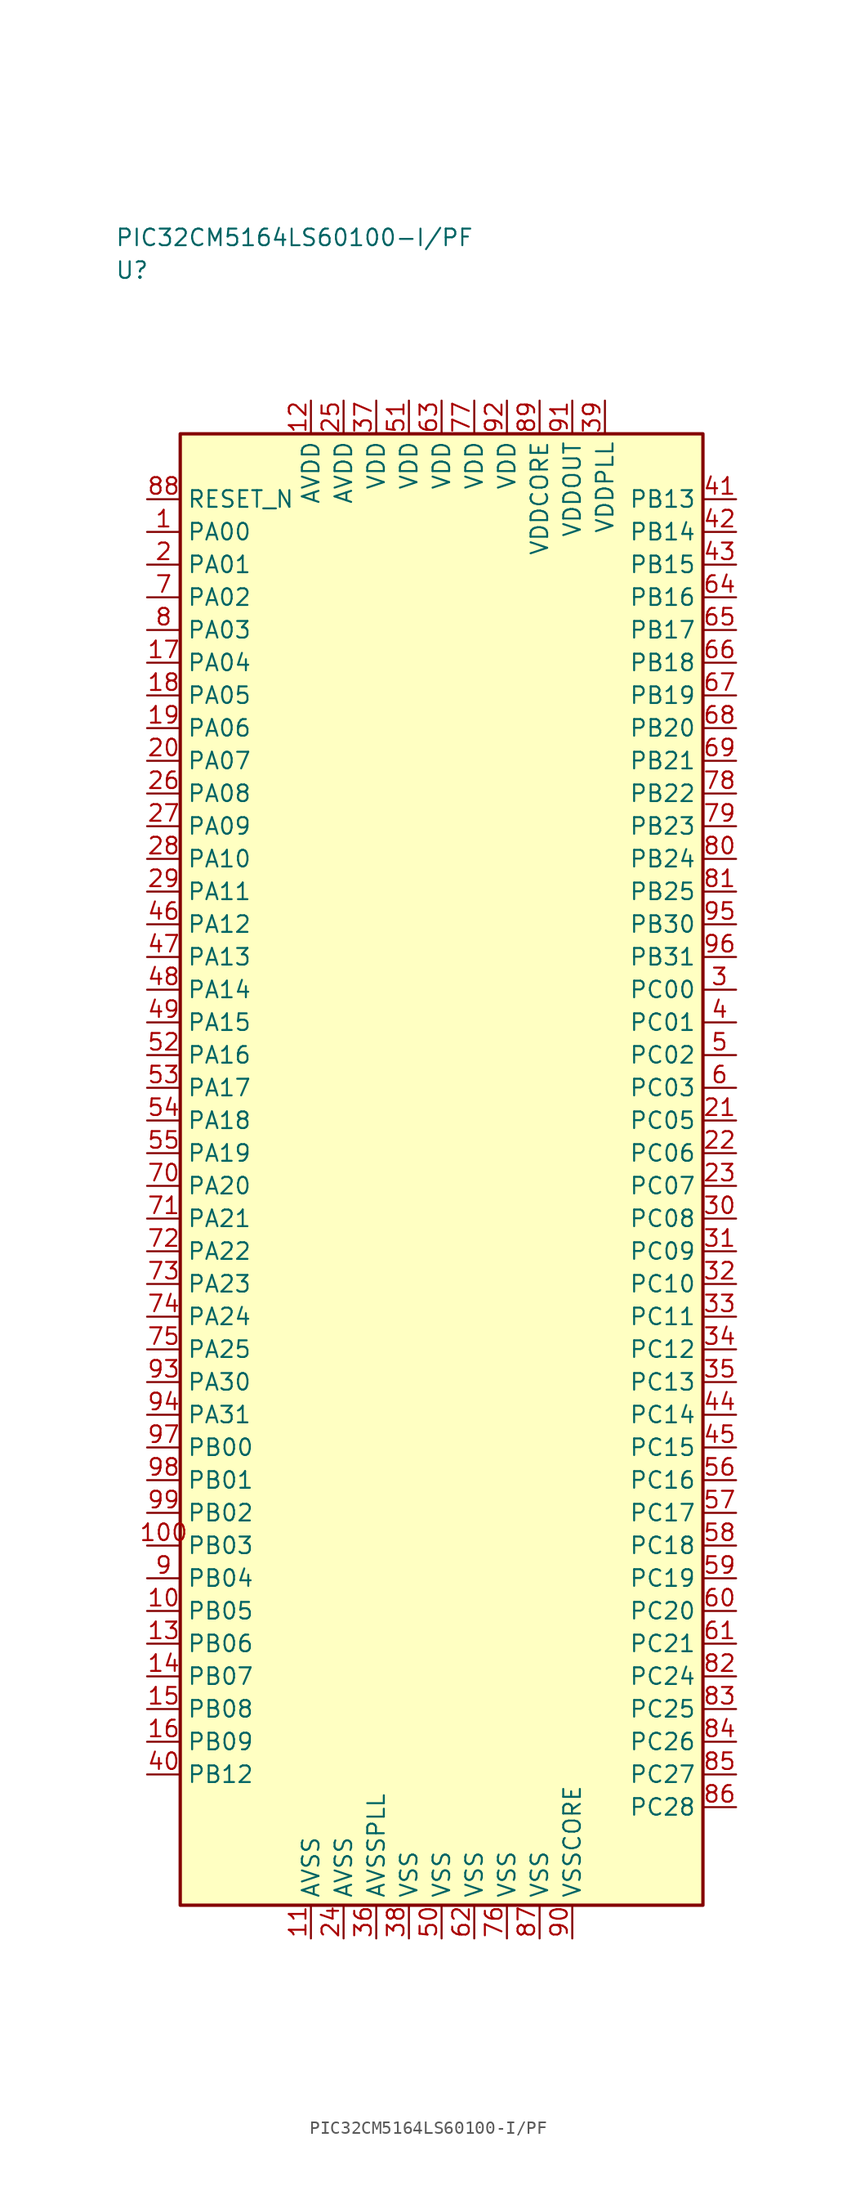
<source format=kicad_sym>
(kicad_symbol_lib
  (version 20241025)
  (generator "kicad_symbol_editor")
  (generator_version "8.0")
  (symbol "PIC32CM5164LS60100-I/PF"
    (property "Reference" "U"
      (at -25.0 68.75 0)
      (effects (font (size 1.27 1.27)) (justify left)))
    (property "Value" "PIC32CM5164LS60100-I/PF"
      (at -25.0 71.25 0)
      (effects (font (size 1.27 1.27)) (justify left)))
    (symbol "PIC32CM5164LS60100-I/PF_0_1"
      (rectangle (start -20.0 56.25) (end 20.0 -56.25) (stroke (width 0.254) (type default)) (fill (type background))))
    (symbol "PIC32CM5164LS60100-I/PF_1_1"
      (pin bidirectional line (at -22.54 48.75 0.0) (length 2.54) (name "PA00" (effects (font (size 1.27 1.27)))) (number "1" (effects (font (size 1.27 1.27)))))
      (pin bidirectional line (at -22.54 46.25 0.0) (length 2.54) (name "PA01" (effects (font (size 1.27 1.27)))) (number "2" (effects (font (size 1.27 1.27)))))
      (pin bidirectional line (at 22.54 13.75 180.0) (length 2.54) (name "PC00" (effects (font (size 1.27 1.27)))) (number "3" (effects (font (size 1.27 1.27)))))
      (pin bidirectional line (at 22.54 11.25 180.0) (length 2.54) (name "PC01" (effects (font (size 1.27 1.27)))) (number "4" (effects (font (size 1.27 1.27)))))
      (pin bidirectional line (at 22.54 8.75 180.0) (length 2.54) (name "PC02" (effects (font (size 1.27 1.27)))) (number "5" (effects (font (size 1.27 1.27)))))
      (pin bidirectional line (at 22.54 6.25 180.0) (length 2.54) (name "PC03" (effects (font (size 1.27 1.27)))) (number "6" (effects (font (size 1.27 1.27)))))
      (pin bidirectional line (at -22.54 43.75 0.0) (length 2.54) (name "PA02" (effects (font (size 1.27 1.27)))) (number "7" (effects (font (size 1.27 1.27)))))
      (pin bidirectional line (at -22.54 41.25 0.0) (length 2.54) (name "PA03" (effects (font (size 1.27 1.27)))) (number "8" (effects (font (size 1.27 1.27)))))
      (pin bidirectional line (at -22.54 -31.25 0.0) (length 2.54) (name "PB04" (effects (font (size 1.27 1.27)))) (number "9" (effects (font (size 1.27 1.27)))))
      (pin bidirectional line (at -22.54 -33.75 0.0) (length 2.54) (name "PB05" (effects (font (size 1.27 1.27)))) (number "10" (effects (font (size 1.27 1.27)))))
      (pin passive line (at -10.0 -58.79 90.0) (length 2.54) (name "AVSS" (effects (font (size 1.27 1.27)))) (number "11" (effects (font (size 1.27 1.27)))))
      (pin power_in line (at -10.0 58.79 270.0) (length 2.54) (name "AVDD" (effects (font (size 1.27 1.27)))) (number "12" (effects (font (size 1.27 1.27)))))
      (pin bidirectional line (at -22.54 -36.25 0.0) (length 2.54) (name "PB06" (effects (font (size 1.27 1.27)))) (number "13" (effects (font (size 1.27 1.27)))))
      (pin bidirectional line (at -22.54 -38.75 0.0) (length 2.54) (name "PB07" (effects (font (size 1.27 1.27)))) (number "14" (effects (font (size 1.27 1.27)))))
      (pin bidirectional line (at -22.54 -41.25 0.0) (length 2.54) (name "PB08" (effects (font (size 1.27 1.27)))) (number "15" (effects (font (size 1.27 1.27)))))
      (pin bidirectional line (at -22.54 -43.75 0.0) (length 2.54) (name "PB09" (effects (font (size 1.27 1.27)))) (number "16" (effects (font (size 1.27 1.27)))))
      (pin bidirectional line (at -22.54 38.75 0.0) (length 2.54) (name "PA04" (effects (font (size 1.27 1.27)))) (number "17" (effects (font (size 1.27 1.27)))))
      (pin bidirectional line (at -22.54 36.25 0.0) (length 2.54) (name "PA05" (effects (font (size 1.27 1.27)))) (number "18" (effects (font (size 1.27 1.27)))))
      (pin bidirectional line (at -22.54 33.75 0.0) (length 2.54) (name "PA06" (effects (font (size 1.27 1.27)))) (number "19" (effects (font (size 1.27 1.27)))))
      (pin bidirectional line (at -22.54 31.25 0.0) (length 2.54) (name "PA07" (effects (font (size 1.27 1.27)))) (number "20" (effects (font (size 1.27 1.27)))))
      (pin bidirectional line (at 22.54 3.75 180.0) (length 2.54) (name "PC05" (effects (font (size 1.27 1.27)))) (number "21" (effects (font (size 1.27 1.27)))))
      (pin bidirectional line (at 22.54 1.25 180.0) (length 2.54) (name "PC06" (effects (font (size 1.27 1.27)))) (number "22" (effects (font (size 1.27 1.27)))))
      (pin bidirectional line (at 22.54 -1.25 180.0) (length 2.54) (name "PC07" (effects (font (size 1.27 1.27)))) (number "23" (effects (font (size 1.27 1.27)))))
      (pin passive line (at -7.5 -58.79 90.0) (length 2.54) (name "AVSS" (effects (font (size 1.27 1.27)))) (number "24" (effects (font (size 1.27 1.27)))))
      (pin power_in line (at -7.5 58.79 270.0) (length 2.54) (name "AVDD" (effects (font (size 1.27 1.27)))) (number "25" (effects (font (size 1.27 1.27)))))
      (pin bidirectional line (at -22.54 28.75 0.0) (length 2.54) (name "PA08" (effects (font (size 1.27 1.27)))) (number "26" (effects (font (size 1.27 1.27)))))
      (pin bidirectional line (at -22.54 26.25 0.0) (length 2.54) (name "PA09" (effects (font (size 1.27 1.27)))) (number "27" (effects (font (size 1.27 1.27)))))
      (pin bidirectional line (at -22.54 23.75 0.0) (length 2.54) (name "PA10" (effects (font (size 1.27 1.27)))) (number "28" (effects (font (size 1.27 1.27)))))
      (pin bidirectional line (at -22.54 21.25 0.0) (length 2.54) (name "PA11" (effects (font (size 1.27 1.27)))) (number "29" (effects (font (size 1.27 1.27)))))
      (pin bidirectional line (at 22.54 -3.75 180.0) (length 2.54) (name "PC08" (effects (font (size 1.27 1.27)))) (number "30" (effects (font (size 1.27 1.27)))))
      (pin bidirectional line (at 22.54 -6.25 180.0) (length 2.54) (name "PC09" (effects (font (size 1.27 1.27)))) (number "31" (effects (font (size 1.27 1.27)))))
      (pin bidirectional line (at 22.54 -8.75 180.0) (length 2.54) (name "PC10" (effects (font (size 1.27 1.27)))) (number "32" (effects (font (size 1.27 1.27)))))
      (pin bidirectional line (at 22.54 -11.25 180.0) (length 2.54) (name "PC11" (effects (font (size 1.27 1.27)))) (number "33" (effects (font (size 1.27 1.27)))))
      (pin bidirectional line (at 22.54 -13.75 180.0) (length 2.54) (name "PC12" (effects (font (size 1.27 1.27)))) (number "34" (effects (font (size 1.27 1.27)))))
      (pin bidirectional line (at 22.54 -16.25 180.0) (length 2.54) (name "PC13" (effects (font (size 1.27 1.27)))) (number "35" (effects (font (size 1.27 1.27)))))
      (pin passive line (at -5.0 -58.79 90.0) (length 2.54) (name "AVSSPLL" (effects (font (size 1.27 1.27)))) (number "36" (effects (font (size 1.27 1.27)))))
      (pin power_in line (at -5.0 58.79 270.0) (length 2.54) (name "VDD" (effects (font (size 1.27 1.27)))) (number "37" (effects (font (size 1.27 1.27)))))
      (pin passive line (at -2.5 -58.79 90.0) (length 2.54) (name "VSS" (effects (font (size 1.27 1.27)))) (number "38" (effects (font (size 1.27 1.27)))))
      (pin power_in line (at 12.5 58.79 270.0) (length 2.54) (name "VDDPLL" (effects (font (size 1.27 1.27)))) (number "39" (effects (font (size 1.27 1.27)))))
      (pin bidirectional line (at -22.54 -46.25 0.0) (length 2.54) (name "PB12" (effects (font (size 1.27 1.27)))) (number "40" (effects (font (size 1.27 1.27)))))
      (pin bidirectional line (at 22.54 51.25 180.0) (length 2.54) (name "PB13" (effects (font (size 1.27 1.27)))) (number "41" (effects (font (size 1.27 1.27)))))
      (pin bidirectional line (at 22.54 48.75 180.0) (length 2.54) (name "PB14" (effects (font (size 1.27 1.27)))) (number "42" (effects (font (size 1.27 1.27)))))
      (pin bidirectional line (at 22.54 46.25 180.0) (length 2.54) (name "PB15" (effects (font (size 1.27 1.27)))) (number "43" (effects (font (size 1.27 1.27)))))
      (pin bidirectional line (at 22.54 -18.75 180.0) (length 2.54) (name "PC14" (effects (font (size 1.27 1.27)))) (number "44" (effects (font (size 1.27 1.27)))))
      (pin bidirectional line (at 22.54 -21.25 180.0) (length 2.54) (name "PC15" (effects (font (size 1.27 1.27)))) (number "45" (effects (font (size 1.27 1.27)))))
      (pin bidirectional line (at -22.54 18.75 0.0) (length 2.54) (name "PA12" (effects (font (size 1.27 1.27)))) (number "46" (effects (font (size 1.27 1.27)))))
      (pin bidirectional line (at -22.54 16.25 0.0) (length 2.54) (name "PA13" (effects (font (size 1.27 1.27)))) (number "47" (effects (font (size 1.27 1.27)))))
      (pin bidirectional line (at -22.54 13.75 0.0) (length 2.54) (name "PA14" (effects (font (size 1.27 1.27)))) (number "48" (effects (font (size 1.27 1.27)))))
      (pin bidirectional line (at -22.54 11.25 0.0) (length 2.54) (name "PA15" (effects (font (size 1.27 1.27)))) (number "49" (effects (font (size 1.27 1.27)))))
      (pin passive line (at 0.0 -58.79 90.0) (length 2.54) (name "VSS" (effects (font (size 1.27 1.27)))) (number "50" (effects (font (size 1.27 1.27)))))
      (pin power_in line (at -2.5 58.79 270.0) (length 2.54) (name "VDD" (effects (font (size 1.27 1.27)))) (number "51" (effects (font (size 1.27 1.27)))))
      (pin bidirectional line (at -22.54 8.75 0.0) (length 2.54) (name "PA16" (effects (font (size 1.27 1.27)))) (number "52" (effects (font (size 1.27 1.27)))))
      (pin bidirectional line (at -22.54 6.25 0.0) (length 2.54) (name "PA17" (effects (font (size 1.27 1.27)))) (number "53" (effects (font (size 1.27 1.27)))))
      (pin bidirectional line (at -22.54 3.75 0.0) (length 2.54) (name "PA18" (effects (font (size 1.27 1.27)))) (number "54" (effects (font (size 1.27 1.27)))))
      (pin bidirectional line (at -22.54 1.25 0.0) (length 2.54) (name "PA19" (effects (font (size 1.27 1.27)))) (number "55" (effects (font (size 1.27 1.27)))))
      (pin bidirectional line (at 22.54 -23.75 180.0) (length 2.54) (name "PC16" (effects (font (size 1.27 1.27)))) (number "56" (effects (font (size 1.27 1.27)))))
      (pin bidirectional line (at 22.54 -26.25 180.0) (length 2.54) (name "PC17" (effects (font (size 1.27 1.27)))) (number "57" (effects (font (size 1.27 1.27)))))
      (pin bidirectional line (at 22.54 -28.75 180.0) (length 2.54) (name "PC18" (effects (font (size 1.27 1.27)))) (number "58" (effects (font (size 1.27 1.27)))))
      (pin bidirectional line (at 22.54 -31.25 180.0) (length 2.54) (name "PC19" (effects (font (size 1.27 1.27)))) (number "59" (effects (font (size 1.27 1.27)))))
      (pin bidirectional line (at 22.54 -33.75 180.0) (length 2.54) (name "PC20" (effects (font (size 1.27 1.27)))) (number "60" (effects (font (size 1.27 1.27)))))
      (pin bidirectional line (at 22.54 -36.25 180.0) (length 2.54) (name "PC21" (effects (font (size 1.27 1.27)))) (number "61" (effects (font (size 1.27 1.27)))))
      (pin passive line (at 2.5 -58.79 90.0) (length 2.54) (name "VSS" (effects (font (size 1.27 1.27)))) (number "62" (effects (font (size 1.27 1.27)))))
      (pin power_in line (at 0.0 58.79 270.0) (length 2.54) (name "VDD" (effects (font (size 1.27 1.27)))) (number "63" (effects (font (size 1.27 1.27)))))
      (pin bidirectional line (at 22.54 43.75 180.0) (length 2.54) (name "PB16" (effects (font (size 1.27 1.27)))) (number "64" (effects (font (size 1.27 1.27)))))
      (pin bidirectional line (at 22.54 41.25 180.0) (length 2.54) (name "PB17" (effects (font (size 1.27 1.27)))) (number "65" (effects (font (size 1.27 1.27)))))
      (pin bidirectional line (at 22.54 38.75 180.0) (length 2.54) (name "PB18" (effects (font (size 1.27 1.27)))) (number "66" (effects (font (size 1.27 1.27)))))
      (pin bidirectional line (at 22.54 36.25 180.0) (length 2.54) (name "PB19" (effects (font (size 1.27 1.27)))) (number "67" (effects (font (size 1.27 1.27)))))
      (pin bidirectional line (at 22.54 33.75 180.0) (length 2.54) (name "PB20" (effects (font (size 1.27 1.27)))) (number "68" (effects (font (size 1.27 1.27)))))
      (pin bidirectional line (at 22.54 31.25 180.0) (length 2.54) (name "PB21" (effects (font (size 1.27 1.27)))) (number "69" (effects (font (size 1.27 1.27)))))
      (pin bidirectional line (at -22.54 -1.25 0.0) (length 2.54) (name "PA20" (effects (font (size 1.27 1.27)))) (number "70" (effects (font (size 1.27 1.27)))))
      (pin bidirectional line (at -22.54 -3.75 0.0) (length 2.54) (name "PA21" (effects (font (size 1.27 1.27)))) (number "71" (effects (font (size 1.27 1.27)))))
      (pin bidirectional line (at -22.54 -6.25 0.0) (length 2.54) (name "PA22" (effects (font (size 1.27 1.27)))) (number "72" (effects (font (size 1.27 1.27)))))
      (pin bidirectional line (at -22.54 -8.75 0.0) (length 2.54) (name "PA23" (effects (font (size 1.27 1.27)))) (number "73" (effects (font (size 1.27 1.27)))))
      (pin bidirectional line (at -22.54 -11.25 0.0) (length 2.54) (name "PA24" (effects (font (size 1.27 1.27)))) (number "74" (effects (font (size 1.27 1.27)))))
      (pin bidirectional line (at -22.54 -13.75 0.0) (length 2.54) (name "PA25" (effects (font (size 1.27 1.27)))) (number "75" (effects (font (size 1.27 1.27)))))
      (pin passive line (at 5.0 -58.79 90.0) (length 2.54) (name "VSS" (effects (font (size 1.27 1.27)))) (number "76" (effects (font (size 1.27 1.27)))))
      (pin power_in line (at 2.5 58.79 270.0) (length 2.54) (name "VDD" (effects (font (size 1.27 1.27)))) (number "77" (effects (font (size 1.27 1.27)))))
      (pin bidirectional line (at 22.54 28.75 180.0) (length 2.54) (name "PB22" (effects (font (size 1.27 1.27)))) (number "78" (effects (font (size 1.27 1.27)))))
      (pin bidirectional line (at 22.54 26.25 180.0) (length 2.54) (name "PB23" (effects (font (size 1.27 1.27)))) (number "79" (effects (font (size 1.27 1.27)))))
      (pin bidirectional line (at 22.54 23.75 180.0) (length 2.54) (name "PB24" (effects (font (size 1.27 1.27)))) (number "80" (effects (font (size 1.27 1.27)))))
      (pin bidirectional line (at 22.54 21.25 180.0) (length 2.54) (name "PB25" (effects (font (size 1.27 1.27)))) (number "81" (effects (font (size 1.27 1.27)))))
      (pin bidirectional line (at 22.54 -38.75 180.0) (length 2.54) (name "PC24" (effects (font (size 1.27 1.27)))) (number "82" (effects (font (size 1.27 1.27)))))
      (pin bidirectional line (at 22.54 -41.25 180.0) (length 2.54) (name "PC25" (effects (font (size 1.27 1.27)))) (number "83" (effects (font (size 1.27 1.27)))))
      (pin bidirectional line (at 22.54 -43.75 180.0) (length 2.54) (name "PC26" (effects (font (size 1.27 1.27)))) (number "84" (effects (font (size 1.27 1.27)))))
      (pin bidirectional line (at 22.54 -46.25 180.0) (length 2.54) (name "PC27" (effects (font (size 1.27 1.27)))) (number "85" (effects (font (size 1.27 1.27)))))
      (pin bidirectional line (at 22.54 -48.75 180.0) (length 2.54) (name "PC28" (effects (font (size 1.27 1.27)))) (number "86" (effects (font (size 1.27 1.27)))))
      (pin passive line (at 7.5 -58.79 90.0) (length 2.54) (name "VSS" (effects (font (size 1.27 1.27)))) (number "87" (effects (font (size 1.27 1.27)))))
      (pin input line (at -22.54 51.25 0.0) (length 2.54) (name "RESET_N" (effects (font (size 1.27 1.27)))) (number "88" (effects (font (size 1.27 1.27)))))
      (pin power_in line (at 7.5 58.79 270.0) (length 2.54) (name "VDDCORE" (effects (font (size 1.27 1.27)))) (number "89" (effects (font (size 1.27 1.27)))))
      (pin passive line (at 10.0 -58.79 90.0) (length 2.54) (name "VSSCORE" (effects (font (size 1.27 1.27)))) (number "90" (effects (font (size 1.27 1.27)))))
      (pin power_in line (at 10.0 58.79 270.0) (length 2.54) (name "VDDOUT" (effects (font (size 1.27 1.27)))) (number "91" (effects (font (size 1.27 1.27)))))
      (pin power_in line (at 5.0 58.79 270.0) (length 2.54) (name "VDD" (effects (font (size 1.27 1.27)))) (number "92" (effects (font (size 1.27 1.27)))))
      (pin bidirectional line (at -22.54 -16.25 0.0) (length 2.54) (name "PA30" (effects (font (size 1.27 1.27)))) (number "93" (effects (font (size 1.27 1.27)))))
      (pin bidirectional line (at -22.54 -18.75 0.0) (length 2.54) (name "PA31" (effects (font (size 1.27 1.27)))) (number "94" (effects (font (size 1.27 1.27)))))
      (pin bidirectional line (at 22.54 18.75 180.0) (length 2.54) (name "PB30" (effects (font (size 1.27 1.27)))) (number "95" (effects (font (size 1.27 1.27)))))
      (pin bidirectional line (at 22.54 16.25 180.0) (length 2.54) (name "PB31" (effects (font (size 1.27 1.27)))) (number "96" (effects (font (size 1.27 1.27)))))
      (pin bidirectional line (at -22.54 -21.25 0.0) (length 2.54) (name "PB00" (effects (font (size 1.27 1.27)))) (number "97" (effects (font (size 1.27 1.27)))))
      (pin bidirectional line (at -22.54 -23.75 0.0) (length 2.54) (name "PB01" (effects (font (size 1.27 1.27)))) (number "98" (effects (font (size 1.27 1.27)))))
      (pin bidirectional line (at -22.54 -26.25 0.0) (length 2.54) (name "PB02" (effects (font (size 1.27 1.27)))) (number "99" (effects (font (size 1.27 1.27)))))
      (pin bidirectional line (at -22.54 -28.75 0.0) (length 2.54) (name "PB03" (effects (font (size 1.27 1.27)))) (number "100" (effects (font (size 1.27 1.27))))))))
</source>
